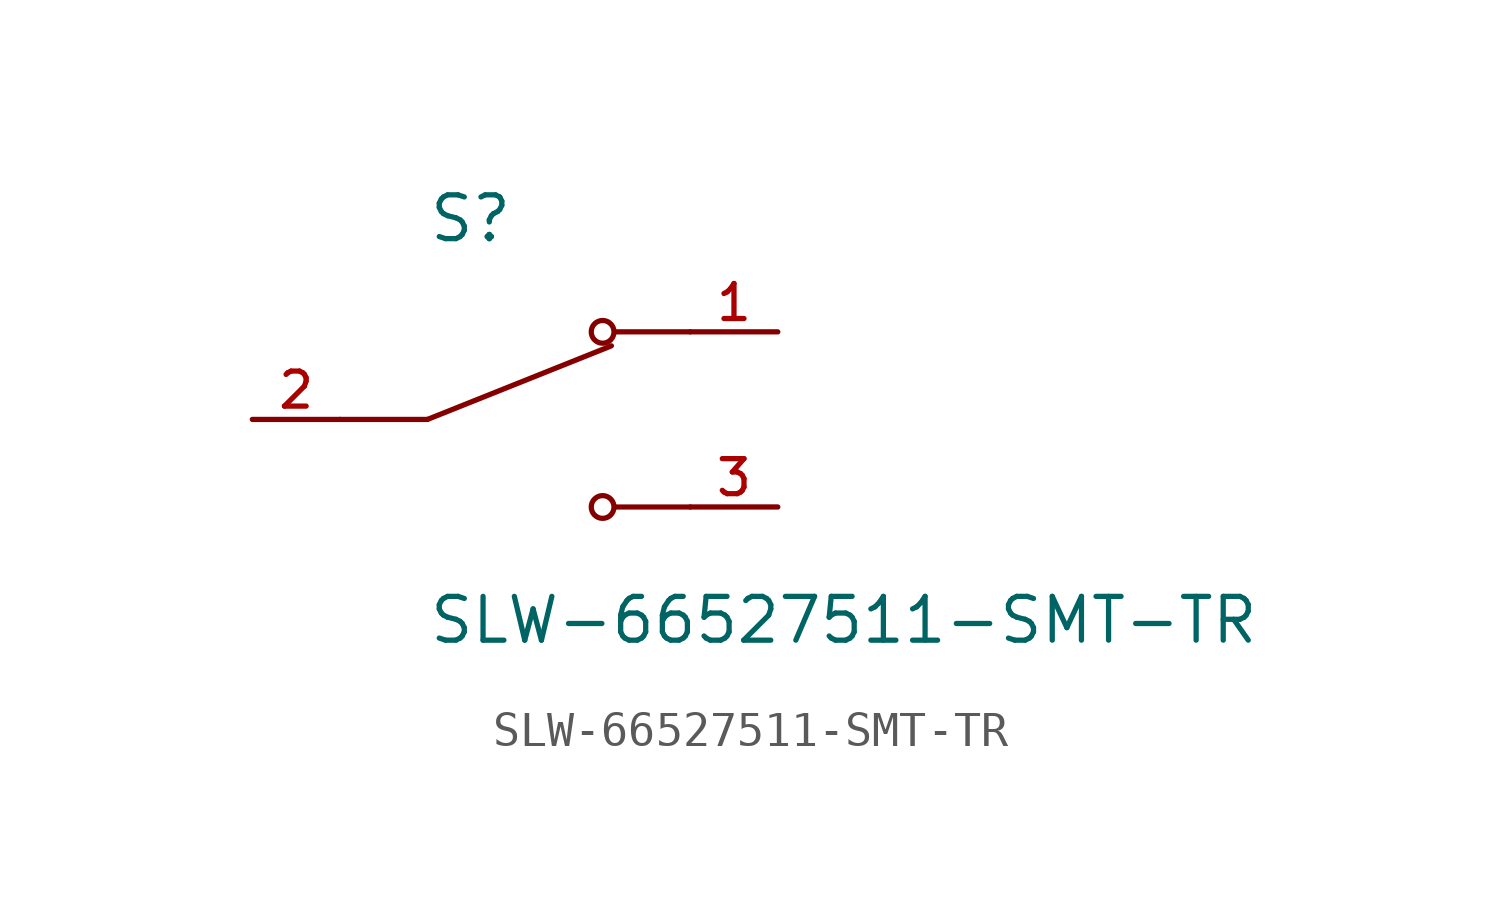
<source format=kicad_sym>
(kicad_symbol_lib
  (version 20211014)
  (generator kicad_symbol_editor)
  (symbol "SLW-66527511-SMT-TR"
    (pin_names
      (offset 1.016))
    (property "Reference" "S"
      (at -2.54 5.08 0)
      (effects (font (size 1.27 1.27)) (justify bottom left)))
    (property "Value" "SLW-66527511-SMT-TR"
      (at -2.54 -5.08 0)
      (effects (font (size 1.27 1.27)) (justify top left)))
    (symbol "SLW-66527511-SMT-TR_0_0"
      (polyline (pts (xy -2.54 0.0) (xy 2.794 2.134)) (stroke (width 0.152)))
      (circle (center 2.54 2.54) (radius 0.33) (stroke (width 0.152)) (fill (type none)))
      (polyline (pts (xy 5.08 2.54) (xy 2.921 2.54)) (stroke (width 0.152)))
      (polyline (pts (xy -2.54 0.0) (xy -5.08 0.0)) (stroke (width 0.152)))
      (circle (center 2.54 -2.54) (radius 0.33) (stroke (width 0.152)) (fill (type none)))
      (polyline (pts (xy 5.08 -2.54) (xy 2.921 -2.54)) (stroke (width 0.152)))
      (pin passive line (at 7.62 2.54 180.0) (length 2.54) (name "~" (effects (font (size 1.016 1.016)))) (number "1" (effects (font (size 1.016 1.016)))))
      (pin passive line (at -7.62 0.0 0) (length 2.54) (name "~" (effects (font (size 1.016 1.016)))) (number "2" (effects (font (size 1.016 1.016)))))
      (pin passive line (at 7.62 -2.54 180.0) (length 2.54) (name "~" (effects (font (size 1.016 1.016)))) (number "3" (effects (font (size 1.016 1.016))))))))
</source>
